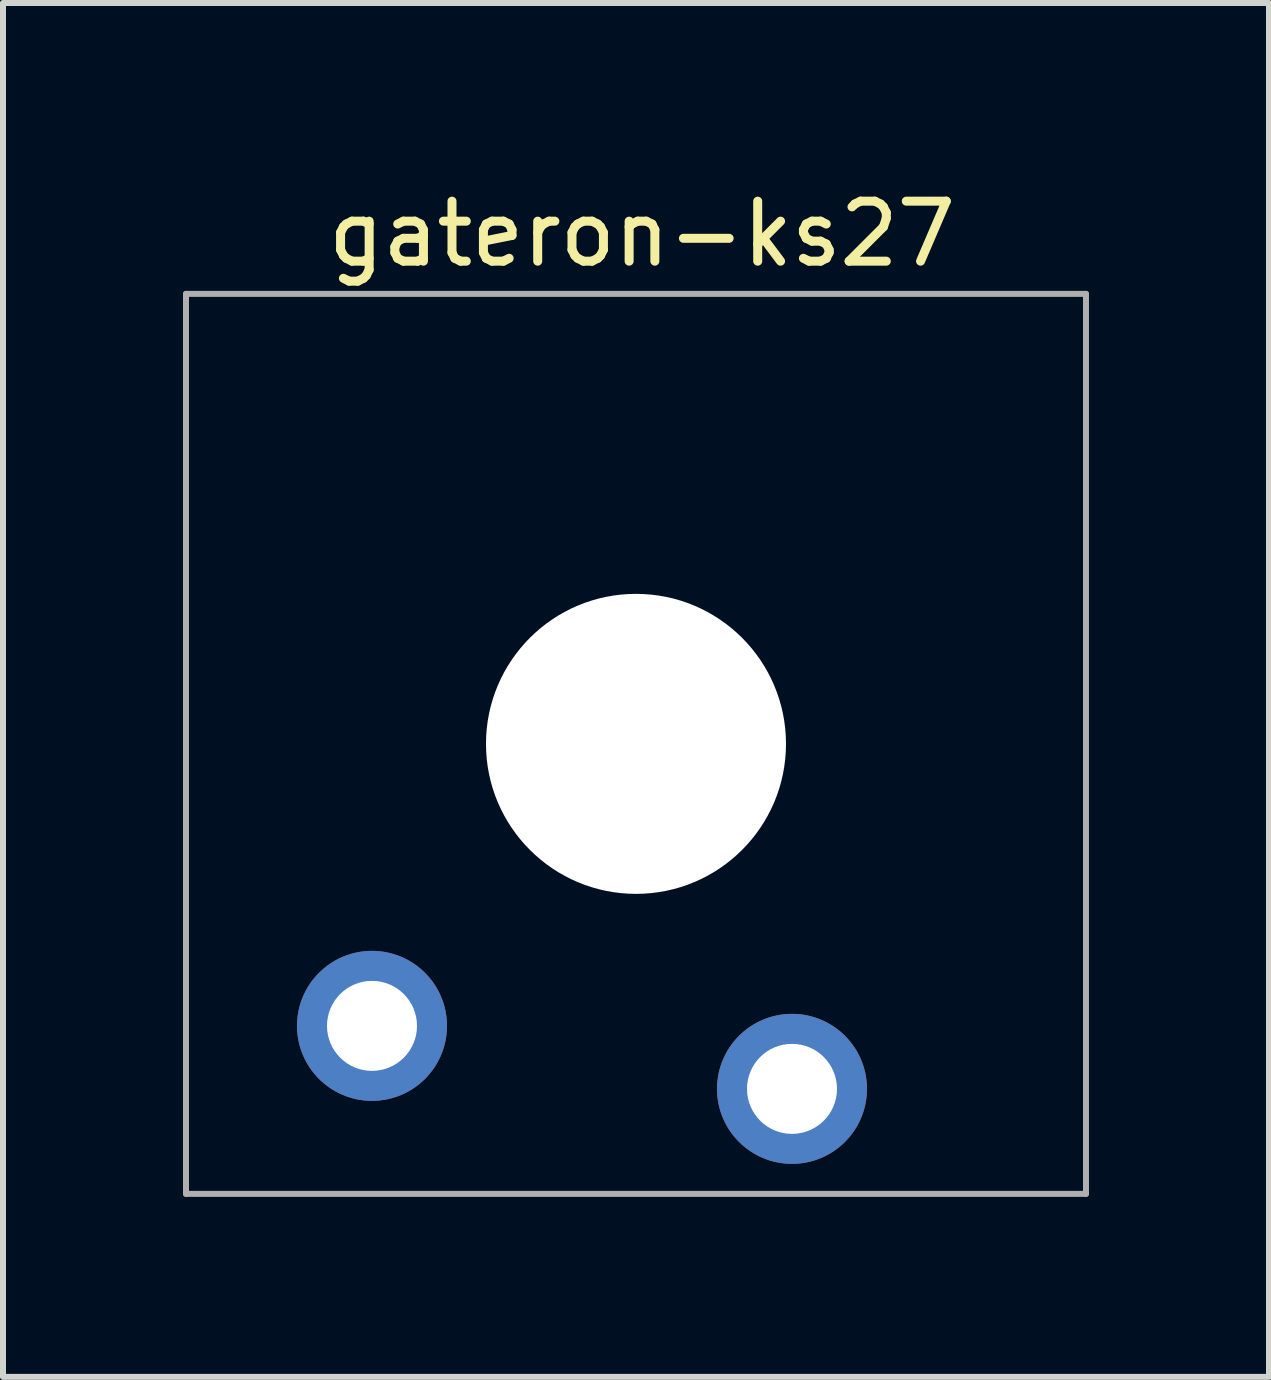
<source format=kicad_pcb>
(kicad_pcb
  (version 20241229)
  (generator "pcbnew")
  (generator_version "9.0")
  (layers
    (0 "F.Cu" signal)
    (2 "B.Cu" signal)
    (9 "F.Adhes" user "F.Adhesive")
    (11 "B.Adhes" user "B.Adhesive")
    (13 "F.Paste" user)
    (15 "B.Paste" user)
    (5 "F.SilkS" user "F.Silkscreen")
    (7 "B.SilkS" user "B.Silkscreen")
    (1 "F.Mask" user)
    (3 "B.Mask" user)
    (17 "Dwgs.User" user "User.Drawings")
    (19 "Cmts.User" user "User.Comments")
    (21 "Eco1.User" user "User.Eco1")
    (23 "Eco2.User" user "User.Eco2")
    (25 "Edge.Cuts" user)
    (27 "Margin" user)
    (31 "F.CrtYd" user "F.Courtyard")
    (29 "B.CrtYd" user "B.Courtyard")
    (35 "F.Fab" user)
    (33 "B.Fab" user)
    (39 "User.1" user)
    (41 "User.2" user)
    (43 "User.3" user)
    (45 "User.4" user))
  (footprint "gateron-ks27"
    (layer "F.Cu")
    (at 7.55 9.348)
    (property "Reference" "gateron-ks27" (at 0.1 -8.5 0) (unlocked yes) (layer "F.SilkS") (effects (font (size 1 1) (thickness 0.15))))
    (attr through_hole)
    (fp_line (start -7 -7) (end -7 7) (stroke (width 0.12) (type solid)) (layer "Eco2.User"))
    (fp_line (start -7 7) (end 7 7) (stroke (width 0.12) (type solid)) (layer "Eco2.User"))
    (fp_line (start -3.2 -6.3) (end -3.2 -3.1) (stroke (width 0.12) (type solid)) (layer "Eco2.User"))
    (fp_line (start 1.8 -6.3) (end -3.2 -6.3) (stroke (width 0.12) (type solid)) (layer "Eco2.User"))
    (fp_line (start 1.8 -6.3) (end 1.8 -3.1) (stroke (width 0.12) (type solid)) (layer "Eco2.User"))
    (fp_line (start 1.8 -3.1) (end -3.2 -3.1) (stroke (width 0.12) (type solid)) (layer "Eco2.User"))
    (fp_line (start 7 -7) (end -7 -7) (stroke (width 0.12) (type solid)) (layer "Eco2.User"))
    (fp_line (start 7 7) (end 7 -7) (stroke (width 0.12) (type solid)) (layer "Eco2.User"))
    (fp_line (start -7.5 -7.5) (end -7.5 7.5) (stroke (width 0.1) (type solid)) (layer "F.Fab"))
    (fp_line (start -7.5 7.5) (end 7.5 7.5) (stroke (width 0.1) (type solid)) (layer "F.Fab"))
    (fp_line (start 7.5 -7.5) (end -7.5 -7.5) (stroke (width 0.1) (type solid)) (layer "F.Fab"))
    (fp_line (start 7.5 7.5) (end 7.5 -7.5) (stroke (width 0.1) (type solid)) (layer "F.Fab"))
    (pad "" np_thru_hole circle (at 0 0) (size 5 5) (drill 5) (layers "*.Cu" "*.Mask"))
    (pad "1" thru_hole circle (at 2.6 5.75) (size 2.5 2.5) (drill 1.5) (layers "*.Cu" "*.Mask"))
    (pad "2" thru_hole circle (at -4.4 4.7) (size 2.5 2.5) (drill 1.5) (layers "*.Cu" "*.Mask")))
  (gr_rect
    (start -3 -3)
    (end 18.1 19.898)
    (stroke (width 0.1) (type default))
    (fill no)
    (layer "Edge.Cuts")))
</source>
